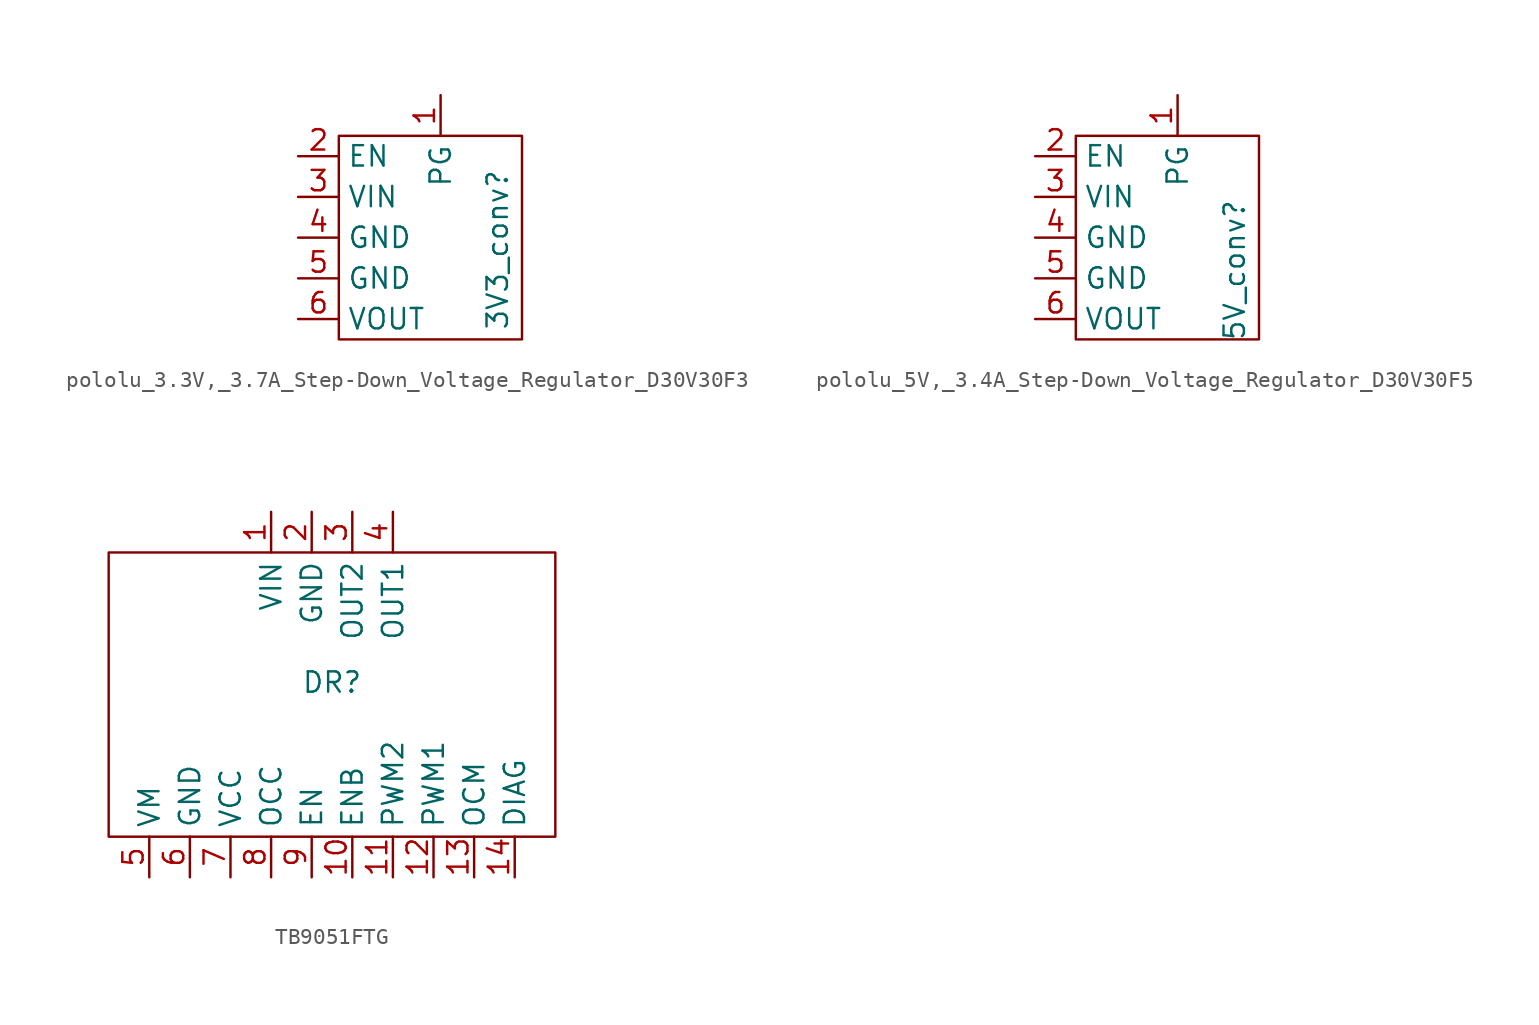
<source format=kicad_sym>
(kicad_symbol_lib
  (version 20231120)
  (generator "kicad_symbol_editor")
  (generator_version "8.0")
  (symbol "pololu_3.3V,_3.7A_Step-Down_Voltage_Regulator_D30V30F3"
    (property "Reference" "3V3_conv"
      (at 8.636 -8.382 90)
      (effects (font (size 1.27 1.27))))
    (property "Value" ""
      (at 0 0 0)
      (effects (font (size 1.27 1.27))))
    (symbol "pololu_3.3V,_3.7A_Step-Down_Voltage_Regulator_D30V30F3_0_1"
      (rectangle (start -1.27 -1.27) (end 10.16 -13.97) (stroke (width 0) (type default)) (fill (type none))))
    (symbol "pololu_3.3V,_3.7A_Step-Down_Voltage_Regulator_D30V30F3_1_1"
      (pin output line (at 5.08 1.27 270) (length 2.54) (name "PG" (effects (font (size 1.27 1.27)))) (number "1" (effects (font (size 1.27 1.27)))))
      (pin input line (at -3.81 -2.54 0) (length 2.54) (name "EN" (effects (font (size 1.27 1.27)))) (number "2" (effects (font (size 1.27 1.27)))))
      (pin power_in line (at -3.81 -5.08 0) (length 2.54) (name "VIN" (effects (font (size 1.27 1.27)))) (number "3" (effects (font (size 1.27 1.27)))))
      (pin power_in line (at -3.81 -7.62 0) (length 2.54) (name "GND" (effects (font (size 1.27 1.27)))) (number "4" (effects (font (size 1.27 1.27)))))
      (pin power_in line (at -3.81 -10.16 0) (length 2.54) (name "GND" (effects (font (size 1.27 1.27)))) (number "5" (effects (font (size 1.27 1.27)))))
      (pin power_in line (at -3.81 -12.7 0) (length 2.54) (name "VOUT" (effects (font (size 1.27 1.27)))) (number "6" (effects (font (size 1.27 1.27)))))))
  (symbol "pololu_5V,_3.4A_Step-Down_Voltage_Regulator_D30V30F5"
    (property "Reference" "5V_conv"
      (at 7.366 -21.082 90)
      (effects (font (size 1.27 1.27))))
    (property "Value" ""
      (at -1.27 -11.43 0)
      (effects (font (size 1.27 1.27))))
    (symbol "pololu_5V,_3.4A_Step-Down_Voltage_Regulator_D30V30F5_0_1"
      (rectangle (start -2.54 -12.7) (end 8.89 -25.4) (stroke (width 0) (type default)) (fill (type none))))
    (symbol "pololu_5V,_3.4A_Step-Down_Voltage_Regulator_D30V30F5_1_1"
      (pin output line (at 3.81 -10.16 270) (length 2.54) (name "PG" (effects (font (size 1.27 1.27)))) (number "1" (effects (font (size 1.27 1.27)))))
      (pin input line (at -5.08 -13.97 0) (length 2.54) (name "EN" (effects (font (size 1.27 1.27)))) (number "2" (effects (font (size 1.27 1.27)))))
      (pin power_in line (at -5.08 -16.51 0) (length 2.54) (name "VIN" (effects (font (size 1.27 1.27)))) (number "3" (effects (font (size 1.27 1.27)))))
      (pin power_in line (at -5.08 -19.05 0) (length 2.54) (name "GND" (effects (font (size 1.27 1.27)))) (number "4" (effects (font (size 1.27 1.27)))))
      (pin power_in line (at -5.08 -21.59 0) (length 2.54) (name "GND" (effects (font (size 1.27 1.27)))) (number "5" (effects (font (size 1.27 1.27)))))
      (pin power_in line (at -5.08 -24.13 0) (length 2.54) (name "VOUT" (effects (font (size 1.27 1.27)))) (number "6" (effects (font (size 1.27 1.27)))))))
  (symbol "TB9051FTG"
    (property "Reference" "DR"
      (at 0 -1.778 0)
      (effects (font (size 1.27 1.27))))
    (property "Value" ""
      (at 0 0 0)
      (effects (font (size 1.27 1.27))))
    (symbol "TB9051FTG_0_1"
      (rectangle (start -13.97 -11.43) (end 13.97 6.35) (stroke (width 0) (type default)) (fill (type none))))
    (symbol "TB9051FTG_1_1"
      (pin power_in line (at -3.81 8.89 270) (length 2.54) (name "VIN" (effects (font (size 1.27 1.27)))) (number "1" (effects (font (size 1.27 1.27)))))
      (pin input line (at 1.27 -13.97 90) (length 2.54) (name "ENB" (effects (font (size 1.27 1.27)))) (number "10" (effects (font (size 1.27 1.27)))))
      (pin input line (at 3.81 -13.97 90) (length 2.54) (name "PWM2" (effects (font (size 1.27 1.27)))) (number "11" (effects (font (size 1.27 1.27)))))
      (pin input line (at 6.35 -13.97 90) (length 2.54) (name "PWM1" (effects (font (size 1.27 1.27)))) (number "12" (effects (font (size 1.27 1.27)))))
      (pin output line (at 8.89 -13.97 90) (length 2.54) (name "OCM" (effects (font (size 1.27 1.27)))) (number "13" (effects (font (size 1.27 1.27)))))
      (pin output line (at 11.43 -13.97 90) (length 2.54) (name "DIAG" (effects (font (size 1.27 1.27)))) (number "14" (effects (font (size 1.27 1.27)))))
      (pin power_in line (at -1.27 8.89 270) (length 2.54) (name "GND" (effects (font (size 1.27 1.27)))) (number "2" (effects (font (size 1.27 1.27)))))
      (pin power_out line (at 1.27 8.89 270) (length 2.54) (name "OUT2" (effects (font (size 1.27 1.27)))) (number "3" (effects (font (size 1.27 1.27)))))
      (pin power_out line (at 3.81 8.89 270) (length 2.54) (name "OUT1" (effects (font (size 1.27 1.27)))) (number "4" (effects (font (size 1.27 1.27)))))
      (pin power_out line (at -11.43 -13.97 90) (length 2.54) (name "VM" (effects (font (size 1.27 1.27)))) (number "5" (effects (font (size 1.27 1.27)))))
      (pin power_in line (at -8.89 -13.97 90) (length 2.54) (name "GND" (effects (font (size 1.27 1.27)))) (number "6" (effects (font (size 1.27 1.27)))))
      (pin power_in line (at -6.35 -13.97 90) (length 2.54) (name "VCC" (effects (font (size 1.27 1.27)))) (number "7" (effects (font (size 1.27 1.27)))))
      (pin input line (at -3.81 -13.97 90) (length 2.54) (name "OCC" (effects (font (size 1.27 1.27)))) (number "8" (effects (font (size 1.27 1.27)))))
      (pin input line (at -1.27 -13.97 90) (length 2.54) (name "EN" (effects (font (size 1.27 1.27)))) (number "9" (effects (font (size 1.27 1.27))))))))
</source>
